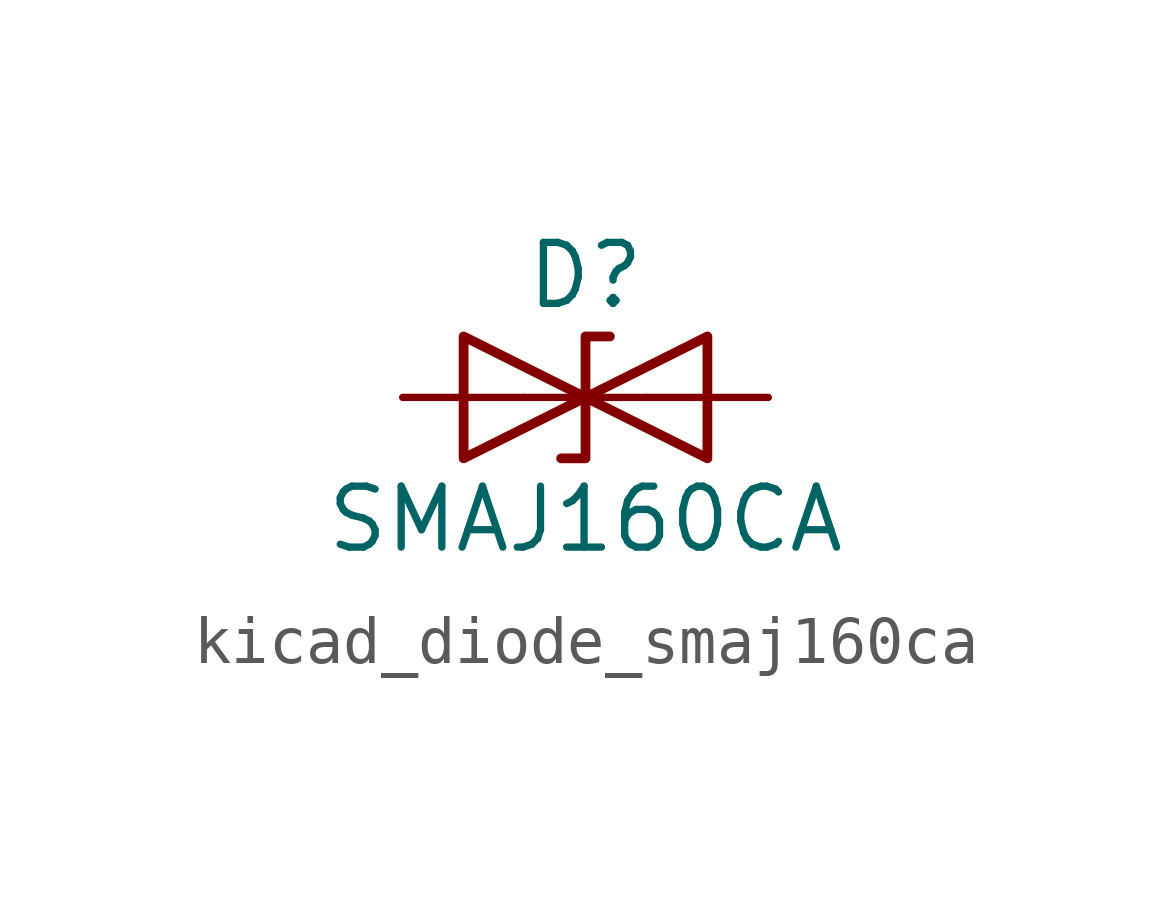
<source format=kicad_sym>
(kicad_symbol_lib
  (version 20220914)
  (generator kicad_symbol_editor)
  (symbol "kicad_diode_smaj160ca"
    (pin_numbers hide)
    (pin_names
      (offset 1.016) hide)
    (property "Reference" "D"
      (at 0 2.54 0)
      (effects (font (size 1.27 1.27))))
    (property "Value" "SMAJ160CA"
      (at 0 -2.54 0)
      (effects (font (size 1.27 1.27))))
    (symbol "kicad_diode_smaj160ca_0_1"
      (polyline (pts (xy 1.27 0) (xy -1.27 0)) (stroke (width 0) (type default)) (fill (type none)))
      (polyline (pts (xy -2.54 -1.27) (xy 0 0) (xy -2.54 1.27) (xy -2.54 -1.27)) (stroke (width 0.203) (type default)) (fill (type none)))
      (polyline (pts (xy 0.508 1.27) (xy 0 1.27) (xy 0 -1.27) (xy -0.508 -1.27)) (stroke (width 0.203) (type default)) (fill (type none)))
      (polyline (pts (xy 2.54 1.27) (xy 2.54 -1.27) (xy 0 0) (xy 2.54 1.27)) (stroke (width 0.203) (type default)) (fill (type none))))
    (symbol "kicad_diode_smaj160ca_1_1"
      (pin passive line (at -3.81 0 0) (length 2.54) (name "A1" (effects (font (size 1.27 1.27)))) (number "1" (effects (font (size 1.27 1.27)))))
      (pin passive line (at 3.81 0 180) (length 2.54) (name "A2" (effects (font (size 1.27 1.27)))) (number "2" (effects (font (size 1.27 1.27))))))))
</source>
